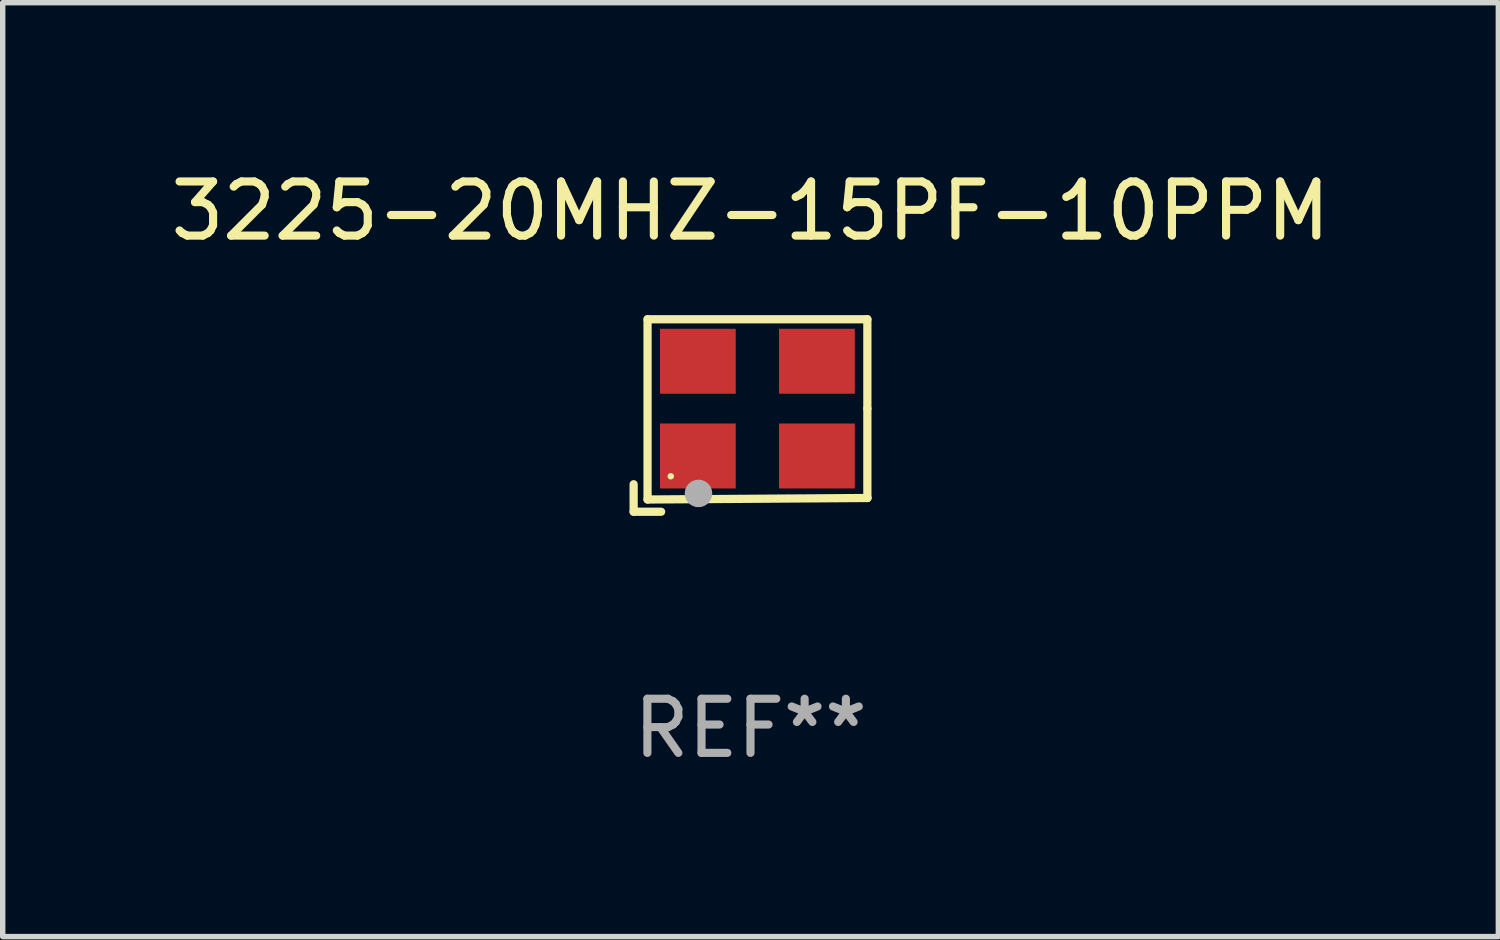
<source format=kicad_pcb>
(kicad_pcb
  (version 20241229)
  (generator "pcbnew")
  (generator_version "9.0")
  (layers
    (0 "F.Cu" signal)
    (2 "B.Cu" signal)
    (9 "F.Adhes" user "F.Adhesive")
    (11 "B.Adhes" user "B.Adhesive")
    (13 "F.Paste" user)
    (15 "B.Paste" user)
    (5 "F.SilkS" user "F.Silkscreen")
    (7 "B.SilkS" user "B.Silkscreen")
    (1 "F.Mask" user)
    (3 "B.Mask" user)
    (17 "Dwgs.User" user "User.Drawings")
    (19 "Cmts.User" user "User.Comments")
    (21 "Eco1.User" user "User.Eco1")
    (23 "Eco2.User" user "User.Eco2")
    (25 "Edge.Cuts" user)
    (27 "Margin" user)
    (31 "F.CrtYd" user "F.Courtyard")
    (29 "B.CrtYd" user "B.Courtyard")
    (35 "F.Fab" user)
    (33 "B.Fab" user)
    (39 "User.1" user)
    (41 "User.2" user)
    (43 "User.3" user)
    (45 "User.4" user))
  (footprint "3225-20MHZ-15PF-10PPM"
    (layer "F.Cu")
    (at 10.815 4.626)
    (property "Reference" "3225-20MHZ-15PF-10PPM" (at 0 -3.778 0) (layer "F.SilkS") (effects (font (size 1 1) (thickness 0.15))))
    (attr through_hole)
    (fp_line (start -2.159 1.27) (end -2.159 1.778) (stroke (width 0.152) (type solid)) (layer "F.SilkS"))
    (fp_line (start -2.159 1.778) (end -1.651 1.778) (stroke (width 0.152) (type solid)) (layer "F.SilkS"))
    (fp_line (start -1.902 -1.778) (end 2.159 -1.778) (stroke (width 0.152) (type solid)) (layer "F.SilkS"))
    (fp_line (start -1.902 1.552) (end -1.902 -1.778) (stroke (width 0.152) (type solid)) (layer "F.SilkS"))
    (fp_line (start 2.159 -1.778) (end 2.159 -0.127) (stroke (width 0.152) (type solid)) (layer "F.SilkS"))
    (fp_line (start 2.159 -0.127) (end 2.159 1.524) (stroke (width 0.152) (type solid)) (layer "F.SilkS"))
    (fp_line (start 2.159 1.524) (end -1.902 1.552) (stroke (width 0.152) (type solid)) (layer "F.SilkS"))
    (fp_line (start 2.159 1.524) (end 2.159 1.524) (stroke (width 0.152) (type solid)) (layer "F.SilkS"))
    (fp_circle (center -1.473 1.123) (end -1.443 1.123) (stroke (width 0.06) (type solid)) (fill no) (layer "F.SilkS"))
    (fp_circle (center -0.961 1.44) (end -0.834 1.44) (stroke (width 0.254) (type solid)) (fill no) (layer "F.Fab"))
    (fp_text user "REF**" (at 0 5.778 0) (layer "F.Fab") (effects (font (size 1 1) (thickness 0.15))))
    (pad "1" smd rect (at -0.973 0.748) (size 1.4 1.2) (layers "F.Cu" "F.Mask" "F.Paste"))
    (pad "2" smd rect (at 1.227 0.748) (size 1.4 1.2) (layers "F.Cu" "F.Mask" "F.Paste"))
    (pad "3" smd rect (at 1.227 -1.002) (size 1.4 1.2) (layers "F.Cu" "F.Mask" "F.Paste"))
    (pad "4" smd rect (at -0.973 -1.002) (size 1.4 1.2) (layers "F.Cu" "F.Mask" "F.Paste")))
  (gr_rect
    (start -3 -3)
    (end 24.631 14.253)
    (stroke (width 0.1) (type default))
    (fill no)
    (layer "Edge.Cuts")))
</source>
